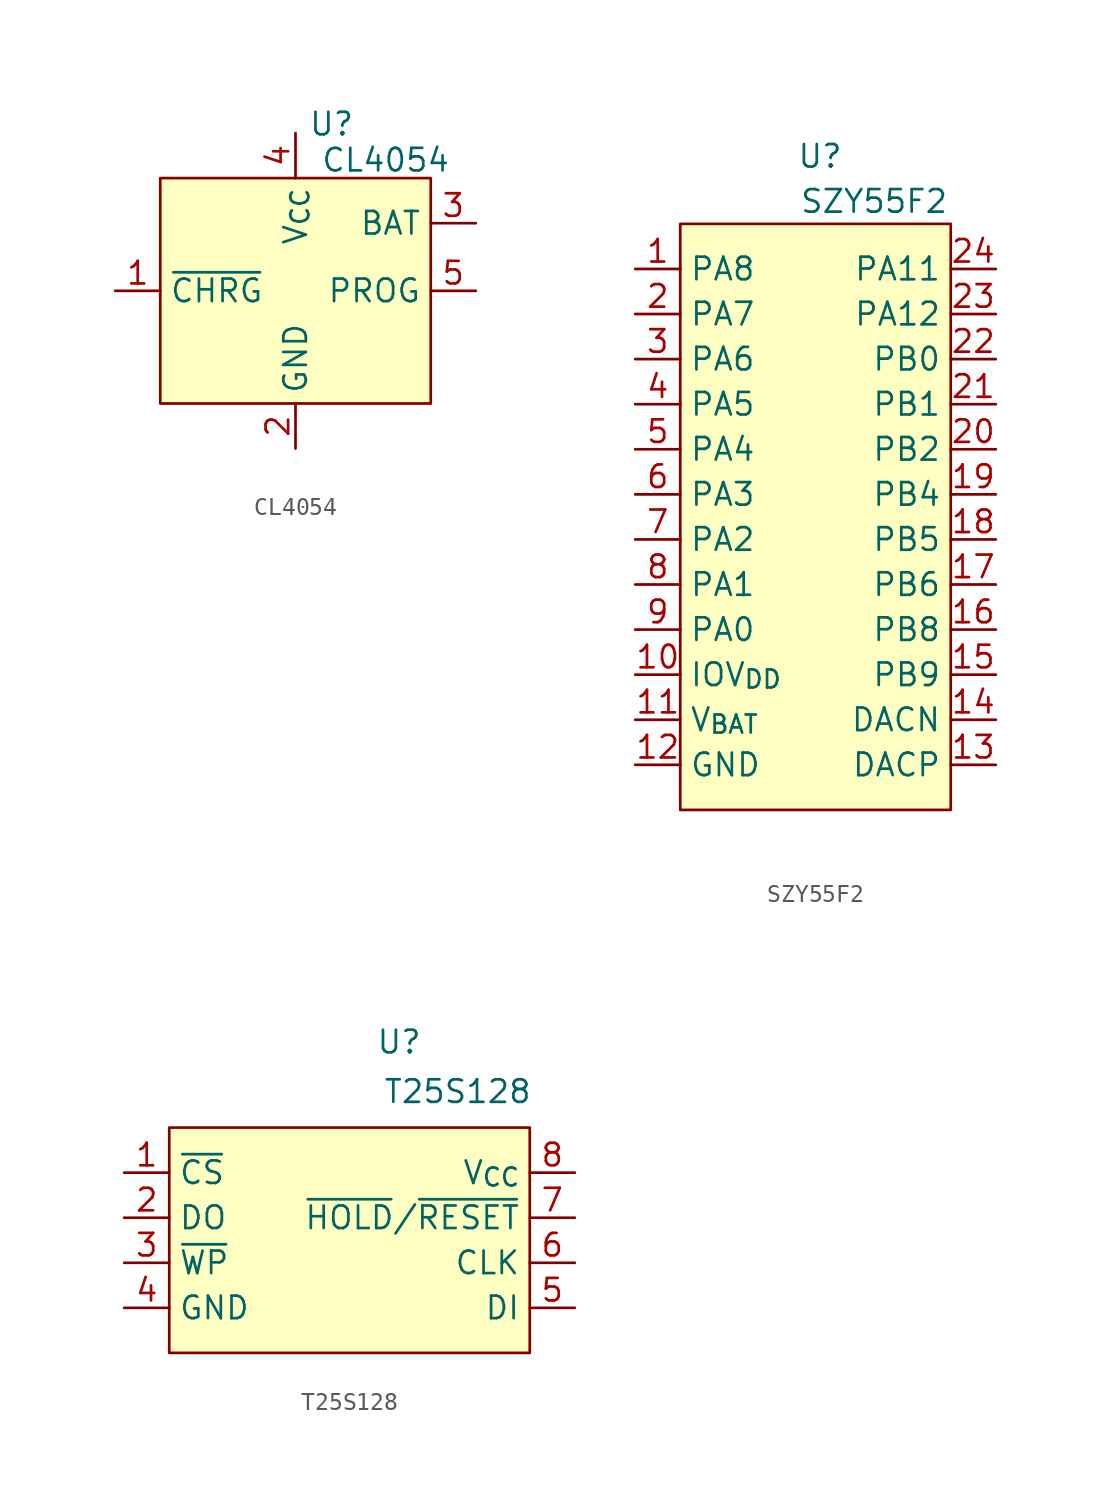
<source format=kicad_sym>
(kicad_symbol_lib
  (version 20231120)
  (generator "kicad_symbol_editor")
  (generator_version "8.0")
  (symbol "CL4054"
    (property "Reference" "U"
      (at 2.032 10.668 0)
      (effects (font (size 1.27 1.27))))
    (property "Value" "CL4054"
      (at 5.08 8.636 0)
      (effects (font (size 1.27 1.27))))
    (symbol "CL4054_1_1"
      (rectangle (start -7.62 7.62) (end 7.62 -5.08) (stroke (width 0) (type default)) (fill (type background)))
      (pin input line (at -10.16 1.27 0) (length 2.54) (name "~{CHRG}" (effects (font (size 1.27 1.27)))) (number "1" (effects (font (size 1.27 1.27)))))
      (pin input line (at 0 -7.62 90) (length 2.54) (name "GND" (effects (font (size 1.27 1.27)))) (number "2" (effects (font (size 1.27 1.27)))))
      (pin input line (at 10.16 5.08 180) (length 2.54) (name "BAT" (effects (font (size 1.27 1.27)))) (number "3" (effects (font (size 1.27 1.27)))))
      (pin input line (at 0 10.16 270) (length 2.54) (name "V_{CC}" (effects (font (size 1.27 1.27)))) (number "4" (effects (font (size 1.27 1.27)))))
      (pin input line (at 10.16 1.27 180) (length 2.54) (name "PROG" (effects (font (size 1.27 1.27)))) (number "5" (effects (font (size 1.27 1.27)))))))
  (symbol "SZY55F2"
    (property "Reference" "U"
      (at 0.254 20.32 0)
      (effects (font (size 1.27 1.27))))
    (property "Value" "SZY55F2"
      (at 3.302 17.78 0)
      (effects (font (size 1.27 1.27))))
    (symbol "SZY55F2_1_1"
      (rectangle (start -7.62 16.51) (end 7.62 -16.51) (stroke (width 0) (type default)) (fill (type background)))
      (pin input line (at -10.16 13.97 0) (length 2.54) (name "PA8" (effects (font (size 1.27 1.27)))) (number "1" (effects (font (size 1.27 1.27)))))
      (pin input line (at -10.16 -8.89 0) (length 2.54) (name "IOV_{DD}" (effects (font (size 1.27 1.27)))) (number "10" (effects (font (size 1.27 1.27)))))
      (pin input line (at -10.16 -11.43 0) (length 2.54) (name "V_{BAT}" (effects (font (size 1.27 1.27)))) (number "11" (effects (font (size 1.27 1.27)))))
      (pin input line (at -10.16 -13.97 0) (length 2.54) (name "GND" (effects (font (size 1.27 1.27)))) (number "12" (effects (font (size 1.27 1.27)))))
      (pin input line (at 10.16 -13.97 180) (length 2.54) (name "DACP" (effects (font (size 1.27 1.27)))) (number "13" (effects (font (size 1.27 1.27)))))
      (pin input line (at 10.16 -11.43 180) (length 2.54) (name "DACN" (effects (font (size 1.27 1.27)))) (number "14" (effects (font (size 1.27 1.27)))))
      (pin input line (at 10.16 -8.89 180) (length 2.54) (name "PB9" (effects (font (size 1.27 1.27)))) (number "15" (effects (font (size 1.27 1.27)))))
      (pin input line (at 10.16 -6.35 180) (length 2.54) (name "PB8" (effects (font (size 1.27 1.27)))) (number "16" (effects (font (size 1.27 1.27)))))
      (pin input line (at 10.16 -3.81 180) (length 2.54) (name "PB6" (effects (font (size 1.27 1.27)))) (number "17" (effects (font (size 1.27 1.27)))))
      (pin input line (at 10.16 -1.27 180) (length 2.54) (name "PB5" (effects (font (size 1.27 1.27)))) (number "18" (effects (font (size 1.27 1.27)))))
      (pin input line (at 10.16 1.27 180) (length 2.54) (name "PB4" (effects (font (size 1.27 1.27)))) (number "19" (effects (font (size 1.27 1.27)))))
      (pin input line (at -10.16 11.43 0) (length 2.54) (name "PA7" (effects (font (size 1.27 1.27)))) (number "2" (effects (font (size 1.27 1.27)))))
      (pin input line (at 10.16 3.81 180) (length 2.54) (name "PB2" (effects (font (size 1.27 1.27)))) (number "20" (effects (font (size 1.27 1.27)))))
      (pin input line (at 10.16 6.35 180) (length 2.54) (name "PB1" (effects (font (size 1.27 1.27)))) (number "21" (effects (font (size 1.27 1.27)))))
      (pin input line (at 10.16 8.89 180) (length 2.54) (name "PB0" (effects (font (size 1.27 1.27)))) (number "22" (effects (font (size 1.27 1.27)))))
      (pin input line (at 10.16 11.43 180) (length 2.54) (name "PA12" (effects (font (size 1.27 1.27)))) (number "23" (effects (font (size 1.27 1.27)))))
      (pin input line (at 10.16 13.97 180) (length 2.54) (name "PA11" (effects (font (size 1.27 1.27)))) (number "24" (effects (font (size 1.27 1.27)))))
      (pin input line (at -10.16 8.89 0) (length 2.54) (name "PA6" (effects (font (size 1.27 1.27)))) (number "3" (effects (font (size 1.27 1.27)))))
      (pin input line (at -10.16 6.35 0) (length 2.54) (name "PA5" (effects (font (size 1.27 1.27)))) (number "4" (effects (font (size 1.27 1.27)))))
      (pin input line (at -10.16 3.81 0) (length 2.54) (name "PA4" (effects (font (size 1.27 1.27)))) (number "5" (effects (font (size 1.27 1.27)))))
      (pin input line (at -10.16 1.27 0) (length 2.54) (name "PA3" (effects (font (size 1.27 1.27)))) (number "6" (effects (font (size 1.27 1.27)))))
      (pin input line (at -10.16 -1.27 0) (length 2.54) (name "PA2" (effects (font (size 1.27 1.27)))) (number "7" (effects (font (size 1.27 1.27)))))
      (pin input line (at -10.16 -3.81 0) (length 2.54) (name "PA1" (effects (font (size 1.27 1.27)))) (number "8" (effects (font (size 1.27 1.27)))))
      (pin input line (at -10.16 -6.35 0) (length 2.54) (name "PA0" (effects (font (size 1.27 1.27)))) (number "9" (effects (font (size 1.27 1.27)))))))
  (symbol "T25S128"
    (property "Reference" "U"
      (at 2.794 13.716 0)
      (effects (font (size 1.27 1.27))))
    (property "Value" "T25S128"
      (at 6.096 10.922 0)
      (effects (font (size 1.27 1.27))))
    (symbol "T25S128_1_1"
      (rectangle (start -10.16 8.89) (end 10.16 -3.81) (stroke (width 0) (type default)) (fill (type background)))
      (pin input line (at -12.7 6.35 0) (length 2.54) (name "~{CS}" (effects (font (size 1.27 1.27)))) (number "1" (effects (font (size 1.27 1.27)))))
      (pin input line (at -12.7 3.81 0) (length 2.54) (name "DO" (effects (font (size 1.27 1.27)))) (number "2" (effects (font (size 1.27 1.27)))))
      (pin input line (at -12.7 1.27 0) (length 2.54) (name "~{WP}" (effects (font (size 1.27 1.27)))) (number "3" (effects (font (size 1.27 1.27)))))
      (pin input line (at -12.7 -1.27 0) (length 2.54) (name "GND" (effects (font (size 1.27 1.27)))) (number "4" (effects (font (size 1.27 1.27)))))
      (pin input line (at 12.7 -1.27 180) (length 2.54) (name "DI" (effects (font (size 1.27 1.27)))) (number "5" (effects (font (size 1.27 1.27)))))
      (pin input line (at 12.7 1.27 180) (length 2.54) (name "CLK" (effects (font (size 1.27 1.27)))) (number "6" (effects (font (size 1.27 1.27)))))
      (pin input line (at 12.7 3.81 180) (length 2.54) (name "~{HOLD}/~{RESET}" (effects (font (size 1.27 1.27)))) (number "7" (effects (font (size 1.27 1.27)))))
      (pin input line (at 12.7 6.35 180) (length 2.54) (name "V_{CC}" (effects (font (size 1.27 1.27)))) (number "8" (effects (font (size 1.27 1.27))))))))
</source>
